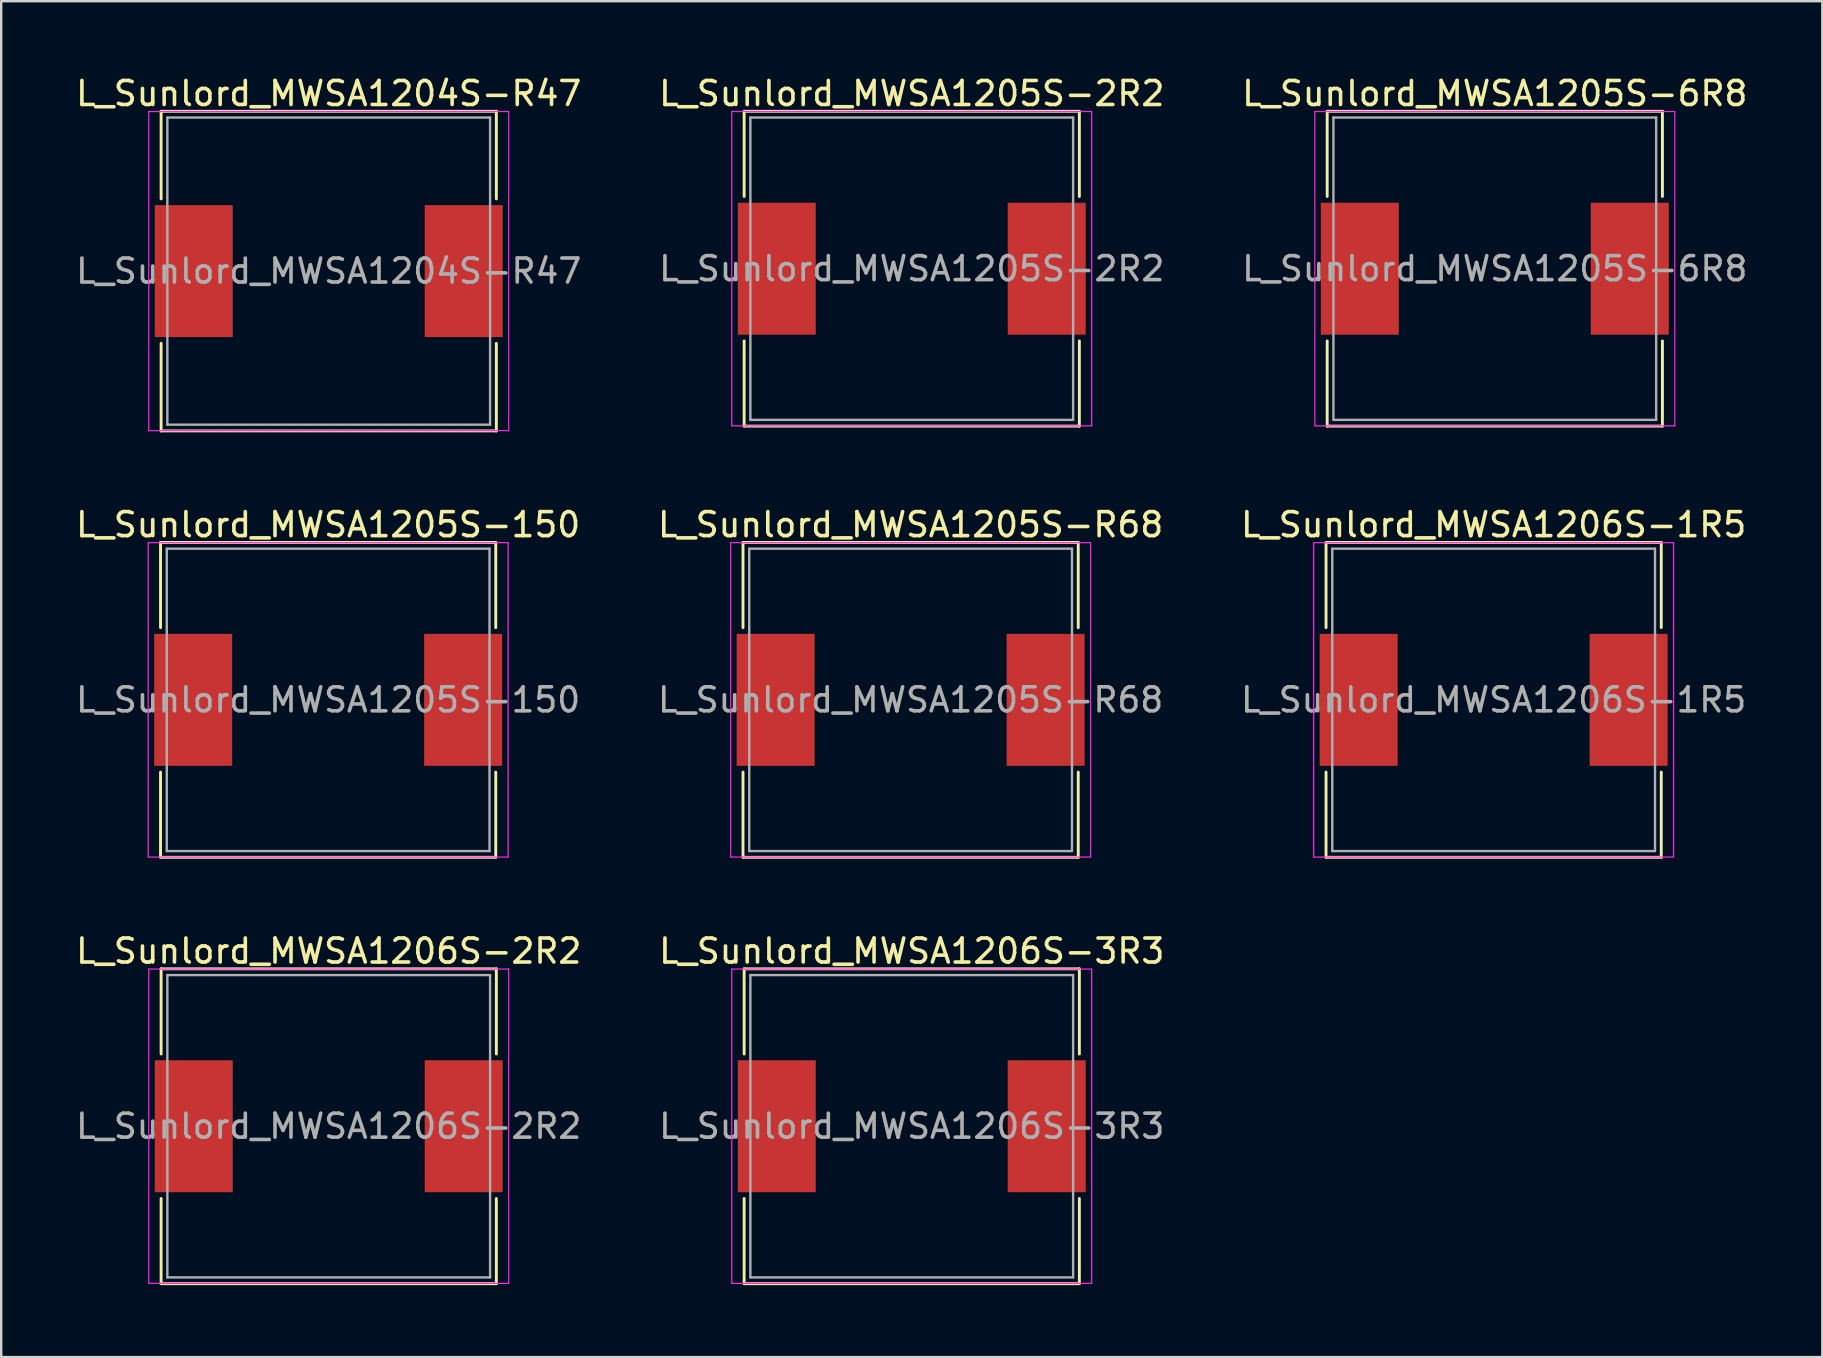
<source format=kicad_pcb>
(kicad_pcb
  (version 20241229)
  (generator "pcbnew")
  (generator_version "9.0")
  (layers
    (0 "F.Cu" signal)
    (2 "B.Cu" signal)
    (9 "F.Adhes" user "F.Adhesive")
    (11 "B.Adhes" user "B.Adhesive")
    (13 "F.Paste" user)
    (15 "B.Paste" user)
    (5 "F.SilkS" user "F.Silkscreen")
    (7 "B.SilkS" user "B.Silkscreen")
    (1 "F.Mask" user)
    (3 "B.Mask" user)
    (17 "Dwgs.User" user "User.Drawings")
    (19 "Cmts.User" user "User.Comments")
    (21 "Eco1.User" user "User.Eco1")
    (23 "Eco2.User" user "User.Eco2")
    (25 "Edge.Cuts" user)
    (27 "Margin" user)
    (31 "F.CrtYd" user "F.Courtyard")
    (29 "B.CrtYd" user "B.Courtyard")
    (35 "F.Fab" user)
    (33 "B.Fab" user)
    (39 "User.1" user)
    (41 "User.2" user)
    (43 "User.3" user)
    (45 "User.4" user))
  (footprint "L_Sunlord_MWSA1206S-1R5"
    (layer "F.Cu")
    (at 59.196 26.116)
    (property "Reference" "L_Sunlord_MWSA1206S-1R5" (at 0 -7.3 0) (layer "F.SilkS") (effects (font (size 1 1) (thickness 0.15))))
    (attr smd)
    (fp_line (start -6.985 -6.56) (end -6.985 -3.01) (stroke (width 0.12) (type solid)) (layer "F.SilkS"))
    (fp_line (start -6.985 -6.56) (end 6.985 -6.56) (stroke (width 0.12) (type solid)) (layer "F.SilkS"))
    (fp_line (start -6.985 6.56) (end -6.985 3.01) (stroke (width 0.12) (type solid)) (layer "F.SilkS"))
    (fp_line (start -6.985 6.56) (end 6.985 6.56) (stroke (width 0.12) (type solid)) (layer "F.SilkS"))
    (fp_line (start 6.985 -6.56) (end 6.985 -3.01) (stroke (width 0.12) (type solid)) (layer "F.SilkS"))
    (fp_line (start 6.985 6.56) (end 6.985 3.01) (stroke (width 0.12) (type solid)) (layer "F.SilkS"))
    (fp_line (start -7.5 -6.55) (end -7.5 6.55) (stroke (width 0.05) (type solid)) (layer "F.CrtYd"))
    (fp_line (start -7.5 6.55) (end 7.5 6.55) (stroke (width 0.05) (type solid)) (layer "F.CrtYd"))
    (fp_line (start 7.5 -6.55) (end -7.5 -6.55) (stroke (width 0.05) (type solid)) (layer "F.CrtYd"))
    (fp_line (start 7.5 6.55) (end 7.5 -6.55) (stroke (width 0.05) (type solid)) (layer "F.CrtYd"))
    (fp_line (start -6.725 -6.3) (end -6.725 6.3) (stroke (width 0.1) (type solid)) (layer "F.Fab"))
    (fp_line (start -6.725 6.3) (end 6.725 6.3) (stroke (width 0.1) (type solid)) (layer "F.Fab"))
    (fp_line (start 6.725 -6.3) (end -6.725 -6.3) (stroke (width 0.1) (type solid)) (layer "F.Fab"))
    (fp_line (start 6.725 6.3) (end 6.725 -6.3) (stroke (width 0.1) (type solid)) (layer "F.Fab"))
    (fp_text user "${REFERENCE}" (at 0 0 0) (layer "F.Fab") (effects (font (size 1 1) (thickness 0.15))))
    (pad "1" smd rect (at -5.625 0) (size 3.25 5.5) (layers "F.Cu" "F.Mask" "F.Paste"))
    (pad "2" smd rect (at 5.625 0) (size 3.25 5.5) (layers "F.Cu" "F.Mask" "F.Paste")))
  (footprint "L_Sunlord_MWSA1204S-R47"
    (layer "F.Cu")
    (at 10.649 8.248)
    (property "Reference" "L_Sunlord_MWSA1204S-R47" (at 0 -7.4 0) (layer "F.SilkS") (effects (font (size 1 1) (thickness 0.15))))
    (attr smd)
    (fp_line (start -6.985 -6.66) (end -6.985 -3.01) (stroke (width 0.12) (type solid)) (layer "F.SilkS"))
    (fp_line (start -6.985 -6.66) (end 6.985 -6.66) (stroke (width 0.12) (type solid)) (layer "F.SilkS"))
    (fp_line (start -6.985 6.66) (end -6.985 3.01) (stroke (width 0.12) (type solid)) (layer "F.SilkS"))
    (fp_line (start -6.985 6.66) (end 6.985 6.66) (stroke (width 0.12) (type solid)) (layer "F.SilkS"))
    (fp_line (start 6.985 -6.66) (end 6.985 -3.01) (stroke (width 0.12) (type solid)) (layer "F.SilkS"))
    (fp_line (start 6.985 6.66) (end 6.985 3.01) (stroke (width 0.12) (type solid)) (layer "F.SilkS"))
    (fp_line (start -7.5 -6.65) (end -7.5 6.65) (stroke (width 0.05) (type solid)) (layer "F.CrtYd"))
    (fp_line (start -7.5 6.65) (end 7.5 6.65) (stroke (width 0.05) (type solid)) (layer "F.CrtYd"))
    (fp_line (start 7.5 -6.65) (end -7.5 -6.65) (stroke (width 0.05) (type solid)) (layer "F.CrtYd"))
    (fp_line (start 7.5 6.65) (end 7.5 -6.65) (stroke (width 0.05) (type solid)) (layer "F.CrtYd"))
    (fp_line (start -6.725 -6.4) (end -6.725 6.4) (stroke (width 0.1) (type solid)) (layer "F.Fab"))
    (fp_line (start -6.725 6.4) (end 6.725 6.4) (stroke (width 0.1) (type solid)) (layer "F.Fab"))
    (fp_line (start 6.725 -6.4) (end -6.725 -6.4) (stroke (width 0.1) (type solid)) (layer "F.Fab"))
    (fp_line (start 6.725 6.4) (end 6.725 -6.4) (stroke (width 0.1) (type solid)) (layer "F.Fab"))
    (fp_text user "${REFERENCE}" (at 0 0 0) (layer "F.Fab") (effects (font (size 1 1) (thickness 0.15))))
    (pad "1" smd rect (at -5.625 0) (size 3.25 5.5) (layers "F.Cu" "F.Mask" "F.Paste"))
    (pad "2" smd rect (at 5.625 0) (size 3.25 5.5) (layers "F.Cu" "F.Mask" "F.Paste")))
  (footprint "L_Sunlord_MWSA1206S-2R2"
    (layer "F.Cu")
    (at 10.649 43.885)
    (property "Reference" "L_Sunlord_MWSA1206S-2R2" (at 0 -7.3 0) (layer "F.SilkS") (effects (font (size 1 1) (thickness 0.15))))
    (attr smd)
    (fp_line (start -6.985 -6.56) (end -6.985 -3.01) (stroke (width 0.12) (type solid)) (layer "F.SilkS"))
    (fp_line (start -6.985 -6.56) (end 6.985 -6.56) (stroke (width 0.12) (type solid)) (layer "F.SilkS"))
    (fp_line (start -6.985 6.56) (end -6.985 3.01) (stroke (width 0.12) (type solid)) (layer "F.SilkS"))
    (fp_line (start -6.985 6.56) (end 6.985 6.56) (stroke (width 0.12) (type solid)) (layer "F.SilkS"))
    (fp_line (start 6.985 -6.56) (end 6.985 -3.01) (stroke (width 0.12) (type solid)) (layer "F.SilkS"))
    (fp_line (start 6.985 6.56) (end 6.985 3.01) (stroke (width 0.12) (type solid)) (layer "F.SilkS"))
    (fp_line (start -7.5 -6.55) (end -7.5 6.55) (stroke (width 0.05) (type solid)) (layer "F.CrtYd"))
    (fp_line (start -7.5 6.55) (end 7.5 6.55) (stroke (width 0.05) (type solid)) (layer "F.CrtYd"))
    (fp_line (start 7.5 -6.55) (end -7.5 -6.55) (stroke (width 0.05) (type solid)) (layer "F.CrtYd"))
    (fp_line (start 7.5 6.55) (end 7.5 -6.55) (stroke (width 0.05) (type solid)) (layer "F.CrtYd"))
    (fp_line (start -6.725 -6.3) (end -6.725 6.3) (stroke (width 0.1) (type solid)) (layer "F.Fab"))
    (fp_line (start -6.725 6.3) (end 6.725 6.3) (stroke (width 0.1) (type solid)) (layer "F.Fab"))
    (fp_line (start 6.725 -6.3) (end -6.725 -6.3) (stroke (width 0.1) (type solid)) (layer "F.Fab"))
    (fp_line (start 6.725 6.3) (end 6.725 -6.3) (stroke (width 0.1) (type solid)) (layer "F.Fab"))
    (fp_text user "${REFERENCE}" (at 0 0 0) (layer "F.Fab") (effects (font (size 1 1) (thickness 0.15))))
    (pad "1" smd rect (at -5.625 0) (size 3.25 5.5) (layers "F.Cu" "F.Mask" "F.Paste"))
    (pad "2" smd rect (at 5.625 0) (size 3.25 5.5) (layers "F.Cu" "F.Mask" "F.Paste")))
  (footprint "L_Sunlord_MWSA1205S-R68"
    (layer "F.Cu")
    (at 34.899 26.116)
    (property "Reference" "L_Sunlord_MWSA1205S-R68" (at 0 -7.3 0) (layer "F.SilkS") (effects (font (size 1 1) (thickness 0.15))))
    (attr smd)
    (fp_line (start -6.985 -6.56) (end -6.985 -3.01) (stroke (width 0.12) (type solid)) (layer "F.SilkS"))
    (fp_line (start -6.985 -6.56) (end 6.985 -6.56) (stroke (width 0.12) (type solid)) (layer "F.SilkS"))
    (fp_line (start -6.985 6.56) (end -6.985 3.01) (stroke (width 0.12) (type solid)) (layer "F.SilkS"))
    (fp_line (start -6.985 6.56) (end 6.985 6.56) (stroke (width 0.12) (type solid)) (layer "F.SilkS"))
    (fp_line (start 6.985 -6.56) (end 6.985 -3.01) (stroke (width 0.12) (type solid)) (layer "F.SilkS"))
    (fp_line (start 6.985 6.56) (end 6.985 3.01) (stroke (width 0.12) (type solid)) (layer "F.SilkS"))
    (fp_line (start -7.5 -6.55) (end -7.5 6.55) (stroke (width 0.05) (type solid)) (layer "F.CrtYd"))
    (fp_line (start -7.5 6.55) (end 7.5 6.55) (stroke (width 0.05) (type solid)) (layer "F.CrtYd"))
    (fp_line (start 7.5 -6.55) (end -7.5 -6.55) (stroke (width 0.05) (type solid)) (layer "F.CrtYd"))
    (fp_line (start 7.5 6.55) (end 7.5 -6.55) (stroke (width 0.05) (type solid)) (layer "F.CrtYd"))
    (fp_line (start -6.725 -6.3) (end -6.725 6.3) (stroke (width 0.1) (type solid)) (layer "F.Fab"))
    (fp_line (start -6.725 6.3) (end 6.725 6.3) (stroke (width 0.1) (type solid)) (layer "F.Fab"))
    (fp_line (start 6.725 -6.3) (end -6.725 -6.3) (stroke (width 0.1) (type solid)) (layer "F.Fab"))
    (fp_line (start 6.725 6.3) (end 6.725 -6.3) (stroke (width 0.1) (type solid)) (layer "F.Fab"))
    (fp_text user "${REFERENCE}" (at 0 0 0) (layer "F.Fab") (effects (font (size 1 1) (thickness 0.15))))
    (pad "1" smd rect (at -5.625 0) (size 3.25 5.5) (layers "F.Cu" "F.Mask" "F.Paste"))
    (pad "2" smd rect (at 5.625 0) (size 3.25 5.5) (layers "F.Cu" "F.Mask" "F.Paste")))
  (footprint "L_Sunlord_MWSA1205S-2R2"
    (layer "F.Cu")
    (at 34.946 8.148)
    (property "Reference" "L_Sunlord_MWSA1205S-2R2" (at 0 -7.3 0) (layer "F.SilkS") (effects (font (size 1 1) (thickness 0.15))))
    (attr smd)
    (fp_line (start -6.985 -6.56) (end -6.985 -3.01) (stroke (width 0.12) (type solid)) (layer "F.SilkS"))
    (fp_line (start -6.985 -6.56) (end 6.985 -6.56) (stroke (width 0.12) (type solid)) (layer "F.SilkS"))
    (fp_line (start -6.985 6.56) (end -6.985 3.01) (stroke (width 0.12) (type solid)) (layer "F.SilkS"))
    (fp_line (start -6.985 6.56) (end 6.985 6.56) (stroke (width 0.12) (type solid)) (layer "F.SilkS"))
    (fp_line (start 6.985 -6.56) (end 6.985 -3.01) (stroke (width 0.12) (type solid)) (layer "F.SilkS"))
    (fp_line (start 6.985 6.56) (end 6.985 3.01) (stroke (width 0.12) (type solid)) (layer "F.SilkS"))
    (fp_line (start -7.5 -6.55) (end -7.5 6.55) (stroke (width 0.05) (type solid)) (layer "F.CrtYd"))
    (fp_line (start -7.5 6.55) (end 7.5 6.55) (stroke (width 0.05) (type solid)) (layer "F.CrtYd"))
    (fp_line (start 7.5 -6.55) (end -7.5 -6.55) (stroke (width 0.05) (type solid)) (layer "F.CrtYd"))
    (fp_line (start 7.5 6.55) (end 7.5 -6.55) (stroke (width 0.05) (type solid)) (layer "F.CrtYd"))
    (fp_line (start -6.725 -6.3) (end -6.725 6.3) (stroke (width 0.1) (type solid)) (layer "F.Fab"))
    (fp_line (start -6.725 6.3) (end 6.725 6.3) (stroke (width 0.1) (type solid)) (layer "F.Fab"))
    (fp_line (start 6.725 -6.3) (end -6.725 -6.3) (stroke (width 0.1) (type solid)) (layer "F.Fab"))
    (fp_line (start 6.725 6.3) (end 6.725 -6.3) (stroke (width 0.1) (type solid)) (layer "F.Fab"))
    (fp_text user "${REFERENCE}" (at 0 0 0) (layer "F.Fab") (effects (font (size 1 1) (thickness 0.15))))
    (pad "1" smd rect (at -5.625 0) (size 3.25 5.5) (layers "F.Cu" "F.Mask" "F.Paste"))
    (pad "2" smd rect (at 5.625 0) (size 3.25 5.5) (layers "F.Cu" "F.Mask" "F.Paste")))
  (footprint "L_Sunlord_MWSA1206S-3R3"
    (layer "F.Cu")
    (at 34.946 43.885)
    (property "Reference" "L_Sunlord_MWSA1206S-3R3" (at 0 -7.3 0) (layer "F.SilkS") (effects (font (size 1 1) (thickness 0.15))))
    (attr smd)
    (fp_line (start -6.985 -6.56) (end -6.985 -3.01) (stroke (width 0.12) (type solid)) (layer "F.SilkS"))
    (fp_line (start -6.985 -6.56) (end 6.985 -6.56) (stroke (width 0.12) (type solid)) (layer "F.SilkS"))
    (fp_line (start -6.985 6.56) (end -6.985 3.01) (stroke (width 0.12) (type solid)) (layer "F.SilkS"))
    (fp_line (start -6.985 6.56) (end 6.985 6.56) (stroke (width 0.12) (type solid)) (layer "F.SilkS"))
    (fp_line (start 6.985 -6.56) (end 6.985 -3.01) (stroke (width 0.12) (type solid)) (layer "F.SilkS"))
    (fp_line (start 6.985 6.56) (end 6.985 3.01) (stroke (width 0.12) (type solid)) (layer "F.SilkS"))
    (fp_line (start -7.5 -6.55) (end -7.5 6.55) (stroke (width 0.05) (type solid)) (layer "F.CrtYd"))
    (fp_line (start -7.5 6.55) (end 7.5 6.55) (stroke (width 0.05) (type solid)) (layer "F.CrtYd"))
    (fp_line (start 7.5 -6.55) (end -7.5 -6.55) (stroke (width 0.05) (type solid)) (layer "F.CrtYd"))
    (fp_line (start 7.5 6.55) (end 7.5 -6.55) (stroke (width 0.05) (type solid)) (layer "F.CrtYd"))
    (fp_line (start -6.725 -6.3) (end -6.725 6.3) (stroke (width 0.1) (type solid)) (layer "F.Fab"))
    (fp_line (start -6.725 6.3) (end 6.725 6.3) (stroke (width 0.1) (type solid)) (layer "F.Fab"))
    (fp_line (start 6.725 -6.3) (end -6.725 -6.3) (stroke (width 0.1) (type solid)) (layer "F.Fab"))
    (fp_line (start 6.725 6.3) (end 6.725 -6.3) (stroke (width 0.1) (type solid)) (layer "F.Fab"))
    (fp_text user "${REFERENCE}" (at 0 0 0) (layer "F.Fab") (effects (font (size 1 1) (thickness 0.15))))
    (pad "1" smd rect (at -5.625 0) (size 3.25 5.5) (layers "F.Cu" "F.Mask" "F.Paste"))
    (pad "2" smd rect (at 5.625 0) (size 3.25 5.5) (layers "F.Cu" "F.Mask" "F.Paste")))
  (footprint "L_Sunlord_MWSA1205S-150"
    (layer "F.Cu")
    (at 10.625 26.116)
    (property "Reference" "L_Sunlord_MWSA1205S-150" (at 0 -7.3 0) (layer "F.SilkS") (effects (font (size 1 1) (thickness 0.15))))
    (attr smd)
    (fp_line (start -6.985 -6.56) (end -6.985 -3.01) (stroke (width 0.12) (type solid)) (layer "F.SilkS"))
    (fp_line (start -6.985 -6.56) (end 6.985 -6.56) (stroke (width 0.12) (type solid)) (layer "F.SilkS"))
    (fp_line (start -6.985 6.56) (end -6.985 3.01) (stroke (width 0.12) (type solid)) (layer "F.SilkS"))
    (fp_line (start -6.985 6.56) (end 6.985 6.56) (stroke (width 0.12) (type solid)) (layer "F.SilkS"))
    (fp_line (start 6.985 -6.56) (end 6.985 -3.01) (stroke (width 0.12) (type solid)) (layer "F.SilkS"))
    (fp_line (start 6.985 6.56) (end 6.985 3.01) (stroke (width 0.12) (type solid)) (layer "F.SilkS"))
    (fp_line (start -7.5 -6.55) (end -7.5 6.55) (stroke (width 0.05) (type solid)) (layer "F.CrtYd"))
    (fp_line (start -7.5 6.55) (end 7.5 6.55) (stroke (width 0.05) (type solid)) (layer "F.CrtYd"))
    (fp_line (start 7.5 -6.55) (end -7.5 -6.55) (stroke (width 0.05) (type solid)) (layer "F.CrtYd"))
    (fp_line (start 7.5 6.55) (end 7.5 -6.55) (stroke (width 0.05) (type solid)) (layer "F.CrtYd"))
    (fp_line (start -6.725 -6.3) (end -6.725 6.3) (stroke (width 0.1) (type solid)) (layer "F.Fab"))
    (fp_line (start -6.725 6.3) (end 6.725 6.3) (stroke (width 0.1) (type solid)) (layer "F.Fab"))
    (fp_line (start 6.725 -6.3) (end -6.725 -6.3) (stroke (width 0.1) (type solid)) (layer "F.Fab"))
    (fp_line (start 6.725 6.3) (end 6.725 -6.3) (stroke (width 0.1) (type solid)) (layer "F.Fab"))
    (fp_text user "${REFERENCE}" (at 0 0 0) (layer "F.Fab") (effects (font (size 1 1) (thickness 0.15))))
    (pad "1" smd rect (at -5.625 0) (size 3.25 5.5) (layers "F.Cu" "F.Mask" "F.Paste"))
    (pad "2" smd rect (at 5.625 0) (size 3.25 5.5) (layers "F.Cu" "F.Mask" "F.Paste")))
  (footprint "L_Sunlord_MWSA1205S-6R8"
    (layer "F.Cu")
    (at 59.244 8.148)
    (property "Reference" "L_Sunlord_MWSA1205S-6R8" (at 0 -7.3 0) (layer "F.SilkS") (effects (font (size 1 1) (thickness 0.15))))
    (attr smd)
    (fp_line (start -6.985 -6.56) (end -6.985 -3.01) (stroke (width 0.12) (type solid)) (layer "F.SilkS"))
    (fp_line (start -6.985 -6.56) (end 6.985 -6.56) (stroke (width 0.12) (type solid)) (layer "F.SilkS"))
    (fp_line (start -6.985 6.56) (end -6.985 3.01) (stroke (width 0.12) (type solid)) (layer "F.SilkS"))
    (fp_line (start -6.985 6.56) (end 6.985 6.56) (stroke (width 0.12) (type solid)) (layer "F.SilkS"))
    (fp_line (start 6.985 -6.56) (end 6.985 -3.01) (stroke (width 0.12) (type solid)) (layer "F.SilkS"))
    (fp_line (start 6.985 6.56) (end 6.985 3.01) (stroke (width 0.12) (type solid)) (layer "F.SilkS"))
    (fp_line (start -7.5 -6.55) (end -7.5 6.55) (stroke (width 0.05) (type solid)) (layer "F.CrtYd"))
    (fp_line (start -7.5 6.55) (end 7.5 6.55) (stroke (width 0.05) (type solid)) (layer "F.CrtYd"))
    (fp_line (start 7.5 -6.55) (end -7.5 -6.55) (stroke (width 0.05) (type solid)) (layer "F.CrtYd"))
    (fp_line (start 7.5 6.55) (end 7.5 -6.55) (stroke (width 0.05) (type solid)) (layer "F.CrtYd"))
    (fp_line (start -6.725 -6.3) (end -6.725 6.3) (stroke (width 0.1) (type solid)) (layer "F.Fab"))
    (fp_line (start -6.725 6.3) (end 6.725 6.3) (stroke (width 0.1) (type solid)) (layer "F.Fab"))
    (fp_line (start 6.725 -6.3) (end -6.725 -6.3) (stroke (width 0.1) (type solid)) (layer "F.Fab"))
    (fp_line (start 6.725 6.3) (end 6.725 -6.3) (stroke (width 0.1) (type solid)) (layer "F.Fab"))
    (fp_text user "${REFERENCE}" (at 0 0 0) (layer "F.Fab") (effects (font (size 1 1) (thickness 0.15))))
    (pad "1" smd rect (at -5.625 0) (size 3.25 5.5) (layers "F.Cu" "F.Mask" "F.Paste"))
    (pad "2" smd rect (at 5.625 0) (size 3.25 5.5) (layers "F.Cu" "F.Mask" "F.Paste")))
  (gr_rect
    (start -3 -3)
    (end 72.893 53.505)
    (stroke (width 0.1) (type default))
    (fill no)
    (layer "Edge.Cuts")))
</source>
